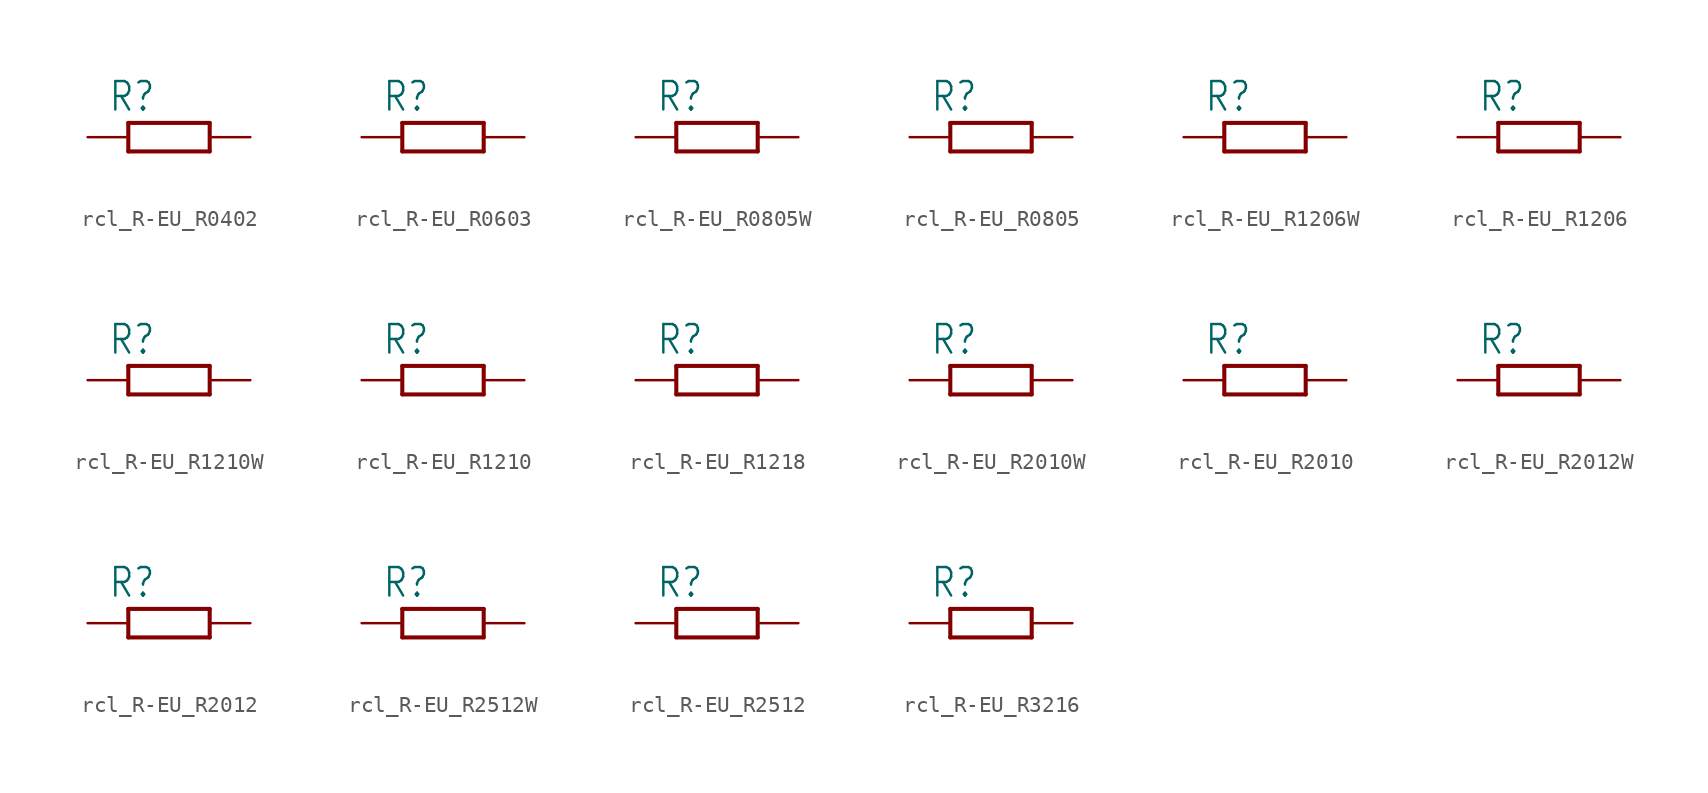
<source format=kicad_sym>
(kicad_symbol_lib
  (version 20231120)
  (generator "kicad_symbol_editor")
  (generator_version "8.0")
  (symbol "rcl_R-EU_R0402"
    (property "Reference" "R"
      (at -3.81 1.499 0)
      (effects (font (size 1.778 1.511)) (justify left bottom)))
    (property "Value" ""
      (at -3.81 -3.302 0)
      (effects (font (size 1.778 1.511)) (justify left bottom)))
    (property "ki_locked" ""
      (at 0 0 0)
      (effects (font (size 1.27 1.27))))
    (symbol "rcl_R-EU_R0402_1_0"
      (polyline (pts (xy -2.54 -0.889) (xy -2.54 0.889)) (stroke (width 0.254) (type solid)) (fill (type none)))
      (polyline (pts (xy -2.54 -0.889) (xy 2.54 -0.889)) (stroke (width 0.254) (type solid)) (fill (type none)))
      (polyline (pts (xy 2.54 -0.889) (xy 2.54 0.889)) (stroke (width 0.254) (type solid)) (fill (type none)))
      (polyline (pts (xy 2.54 0.889) (xy -2.54 0.889)) (stroke (width 0.254) (type solid)) (fill (type none)))
      (pin passive line (at -5.08 0 0) (length 2.54) (name "1" (effects (font (size 0 0)))) (number "1" (effects (font (size 0 0)))))
      (pin passive line (at 5.08 0 180) (length 2.54) (name "2" (effects (font (size 0 0)))) (number "2" (effects (font (size 0 0)))))))
  (symbol "rcl_R-EU_R0603"
    (property "Reference" "R"
      (at -3.81 1.499 0)
      (effects (font (size 1.778 1.511)) (justify left bottom)))
    (property "Value" ""
      (at -3.81 -3.302 0)
      (effects (font (size 1.778 1.511)) (justify left bottom)))
    (property "ki_locked" ""
      (at 0 0 0)
      (effects (font (size 1.27 1.27))))
    (symbol "rcl_R-EU_R0603_1_0"
      (polyline (pts (xy -2.54 -0.889) (xy -2.54 0.889)) (stroke (width 0.254) (type solid)) (fill (type none)))
      (polyline (pts (xy -2.54 -0.889) (xy 2.54 -0.889)) (stroke (width 0.254) (type solid)) (fill (type none)))
      (polyline (pts (xy 2.54 -0.889) (xy 2.54 0.889)) (stroke (width 0.254) (type solid)) (fill (type none)))
      (polyline (pts (xy 2.54 0.889) (xy -2.54 0.889)) (stroke (width 0.254) (type solid)) (fill (type none)))
      (pin passive line (at -5.08 0 0) (length 2.54) (name "1" (effects (font (size 0 0)))) (number "1" (effects (font (size 0 0)))))
      (pin passive line (at 5.08 0 180) (length 2.54) (name "2" (effects (font (size 0 0)))) (number "2" (effects (font (size 0 0)))))))
  (symbol "rcl_R-EU_R0805W"
    (property "Reference" "R"
      (at -3.81 1.499 0)
      (effects (font (size 1.778 1.511)) (justify left bottom)))
    (property "Value" ""
      (at -3.81 -3.302 0)
      (effects (font (size 1.778 1.511)) (justify left bottom)))
    (property "ki_locked" ""
      (at 0 0 0)
      (effects (font (size 1.27 1.27))))
    (symbol "rcl_R-EU_R0805W_1_0"
      (polyline (pts (xy -2.54 -0.889) (xy -2.54 0.889)) (stroke (width 0.254) (type solid)) (fill (type none)))
      (polyline (pts (xy -2.54 -0.889) (xy 2.54 -0.889)) (stroke (width 0.254) (type solid)) (fill (type none)))
      (polyline (pts (xy 2.54 -0.889) (xy 2.54 0.889)) (stroke (width 0.254) (type solid)) (fill (type none)))
      (polyline (pts (xy 2.54 0.889) (xy -2.54 0.889)) (stroke (width 0.254) (type solid)) (fill (type none)))
      (pin passive line (at -5.08 0 0) (length 2.54) (name "1" (effects (font (size 0 0)))) (number "1" (effects (font (size 0 0)))))
      (pin passive line (at 5.08 0 180) (length 2.54) (name "2" (effects (font (size 0 0)))) (number "2" (effects (font (size 0 0)))))))
  (symbol "rcl_R-EU_R0805"
    (property "Reference" "R"
      (at -3.81 1.499 0)
      (effects (font (size 1.778 1.511)) (justify left bottom)))
    (property "Value" ""
      (at -3.81 -3.302 0)
      (effects (font (size 1.778 1.511)) (justify left bottom)))
    (property "ki_locked" ""
      (at 0 0 0)
      (effects (font (size 1.27 1.27))))
    (symbol "rcl_R-EU_R0805_1_0"
      (polyline (pts (xy -2.54 -0.889) (xy -2.54 0.889)) (stroke (width 0.254) (type solid)) (fill (type none)))
      (polyline (pts (xy -2.54 -0.889) (xy 2.54 -0.889)) (stroke (width 0.254) (type solid)) (fill (type none)))
      (polyline (pts (xy 2.54 -0.889) (xy 2.54 0.889)) (stroke (width 0.254) (type solid)) (fill (type none)))
      (polyline (pts (xy 2.54 0.889) (xy -2.54 0.889)) (stroke (width 0.254) (type solid)) (fill (type none)))
      (pin passive line (at -5.08 0 0) (length 2.54) (name "1" (effects (font (size 0 0)))) (number "1" (effects (font (size 0 0)))))
      (pin passive line (at 5.08 0 180) (length 2.54) (name "2" (effects (font (size 0 0)))) (number "2" (effects (font (size 0 0)))))))
  (symbol "rcl_R-EU_R1206W"
    (property "Reference" "R"
      (at -3.81 1.499 0)
      (effects (font (size 1.778 1.511)) (justify left bottom)))
    (property "Value" ""
      (at -3.81 -3.302 0)
      (effects (font (size 1.778 1.511)) (justify left bottom)))
    (property "ki_locked" ""
      (at 0 0 0)
      (effects (font (size 1.27 1.27))))
    (symbol "rcl_R-EU_R1206W_1_0"
      (polyline (pts (xy -2.54 -0.889) (xy -2.54 0.889)) (stroke (width 0.254) (type solid)) (fill (type none)))
      (polyline (pts (xy -2.54 -0.889) (xy 2.54 -0.889)) (stroke (width 0.254) (type solid)) (fill (type none)))
      (polyline (pts (xy 2.54 -0.889) (xy 2.54 0.889)) (stroke (width 0.254) (type solid)) (fill (type none)))
      (polyline (pts (xy 2.54 0.889) (xy -2.54 0.889)) (stroke (width 0.254) (type solid)) (fill (type none)))
      (pin passive line (at -5.08 0 0) (length 2.54) (name "1" (effects (font (size 0 0)))) (number "1" (effects (font (size 0 0)))))
      (pin passive line (at 5.08 0 180) (length 2.54) (name "2" (effects (font (size 0 0)))) (number "2" (effects (font (size 0 0)))))))
  (symbol "rcl_R-EU_R1206"
    (property "Reference" "R"
      (at -3.81 1.499 0)
      (effects (font (size 1.778 1.511)) (justify left bottom)))
    (property "Value" ""
      (at -3.81 -3.302 0)
      (effects (font (size 1.778 1.511)) (justify left bottom)))
    (property "ki_locked" ""
      (at 0 0 0)
      (effects (font (size 1.27 1.27))))
    (symbol "rcl_R-EU_R1206_1_0"
      (polyline (pts (xy -2.54 -0.889) (xy -2.54 0.889)) (stroke (width 0.254) (type solid)) (fill (type none)))
      (polyline (pts (xy -2.54 -0.889) (xy 2.54 -0.889)) (stroke (width 0.254) (type solid)) (fill (type none)))
      (polyline (pts (xy 2.54 -0.889) (xy 2.54 0.889)) (stroke (width 0.254) (type solid)) (fill (type none)))
      (polyline (pts (xy 2.54 0.889) (xy -2.54 0.889)) (stroke (width 0.254) (type solid)) (fill (type none)))
      (pin passive line (at -5.08 0 0) (length 2.54) (name "1" (effects (font (size 0 0)))) (number "1" (effects (font (size 0 0)))))
      (pin passive line (at 5.08 0 180) (length 2.54) (name "2" (effects (font (size 0 0)))) (number "2" (effects (font (size 0 0)))))))
  (symbol "rcl_R-EU_R1210W"
    (property "Reference" "R"
      (at -3.81 1.499 0)
      (effects (font (size 1.778 1.511)) (justify left bottom)))
    (property "Value" ""
      (at -3.81 -3.302 0)
      (effects (font (size 1.778 1.511)) (justify left bottom)))
    (property "ki_locked" ""
      (at 0 0 0)
      (effects (font (size 1.27 1.27))))
    (symbol "rcl_R-EU_R1210W_1_0"
      (polyline (pts (xy -2.54 -0.889) (xy -2.54 0.889)) (stroke (width 0.254) (type solid)) (fill (type none)))
      (polyline (pts (xy -2.54 -0.889) (xy 2.54 -0.889)) (stroke (width 0.254) (type solid)) (fill (type none)))
      (polyline (pts (xy 2.54 -0.889) (xy 2.54 0.889)) (stroke (width 0.254) (type solid)) (fill (type none)))
      (polyline (pts (xy 2.54 0.889) (xy -2.54 0.889)) (stroke (width 0.254) (type solid)) (fill (type none)))
      (pin passive line (at -5.08 0 0) (length 2.54) (name "1" (effects (font (size 0 0)))) (number "1" (effects (font (size 0 0)))))
      (pin passive line (at 5.08 0 180) (length 2.54) (name "2" (effects (font (size 0 0)))) (number "2" (effects (font (size 0 0)))))))
  (symbol "rcl_R-EU_R1210"
    (property "Reference" "R"
      (at -3.81 1.499 0)
      (effects (font (size 1.778 1.511)) (justify left bottom)))
    (property "Value" ""
      (at -3.81 -3.302 0)
      (effects (font (size 1.778 1.511)) (justify left bottom)))
    (property "ki_locked" ""
      (at 0 0 0)
      (effects (font (size 1.27 1.27))))
    (symbol "rcl_R-EU_R1210_1_0"
      (polyline (pts (xy -2.54 -0.889) (xy -2.54 0.889)) (stroke (width 0.254) (type solid)) (fill (type none)))
      (polyline (pts (xy -2.54 -0.889) (xy 2.54 -0.889)) (stroke (width 0.254) (type solid)) (fill (type none)))
      (polyline (pts (xy 2.54 -0.889) (xy 2.54 0.889)) (stroke (width 0.254) (type solid)) (fill (type none)))
      (polyline (pts (xy 2.54 0.889) (xy -2.54 0.889)) (stroke (width 0.254) (type solid)) (fill (type none)))
      (pin passive line (at -5.08 0 0) (length 2.54) (name "1" (effects (font (size 0 0)))) (number "1" (effects (font (size 0 0)))))
      (pin passive line (at 5.08 0 180) (length 2.54) (name "2" (effects (font (size 0 0)))) (number "2" (effects (font (size 0 0)))))))
  (symbol "rcl_R-EU_R1218"
    (property "Reference" "R"
      (at -3.81 1.499 0)
      (effects (font (size 1.778 1.511)) (justify left bottom)))
    (property "Value" ""
      (at -3.81 -3.302 0)
      (effects (font (size 1.778 1.511)) (justify left bottom)))
    (property "ki_locked" ""
      (at 0 0 0)
      (effects (font (size 1.27 1.27))))
    (symbol "rcl_R-EU_R1218_1_0"
      (polyline (pts (xy -2.54 -0.889) (xy -2.54 0.889)) (stroke (width 0.254) (type solid)) (fill (type none)))
      (polyline (pts (xy -2.54 -0.889) (xy 2.54 -0.889)) (stroke (width 0.254) (type solid)) (fill (type none)))
      (polyline (pts (xy 2.54 -0.889) (xy 2.54 0.889)) (stroke (width 0.254) (type solid)) (fill (type none)))
      (polyline (pts (xy 2.54 0.889) (xy -2.54 0.889)) (stroke (width 0.254) (type solid)) (fill (type none)))
      (pin passive line (at -5.08 0 0) (length 2.54) (name "1" (effects (font (size 0 0)))) (number "1" (effects (font (size 0 0)))))
      (pin passive line (at 5.08 0 180) (length 2.54) (name "2" (effects (font (size 0 0)))) (number "2" (effects (font (size 0 0)))))))
  (symbol "rcl_R-EU_R2010W"
    (property "Reference" "R"
      (at -3.81 1.499 0)
      (effects (font (size 1.778 1.511)) (justify left bottom)))
    (property "Value" ""
      (at -3.81 -3.302 0)
      (effects (font (size 1.778 1.511)) (justify left bottom)))
    (property "ki_locked" ""
      (at 0 0 0)
      (effects (font (size 1.27 1.27))))
    (symbol "rcl_R-EU_R2010W_1_0"
      (polyline (pts (xy -2.54 -0.889) (xy -2.54 0.889)) (stroke (width 0.254) (type solid)) (fill (type none)))
      (polyline (pts (xy -2.54 -0.889) (xy 2.54 -0.889)) (stroke (width 0.254) (type solid)) (fill (type none)))
      (polyline (pts (xy 2.54 -0.889) (xy 2.54 0.889)) (stroke (width 0.254) (type solid)) (fill (type none)))
      (polyline (pts (xy 2.54 0.889) (xy -2.54 0.889)) (stroke (width 0.254) (type solid)) (fill (type none)))
      (pin passive line (at -5.08 0 0) (length 2.54) (name "1" (effects (font (size 0 0)))) (number "1" (effects (font (size 0 0)))))
      (pin passive line (at 5.08 0 180) (length 2.54) (name "2" (effects (font (size 0 0)))) (number "2" (effects (font (size 0 0)))))))
  (symbol "rcl_R-EU_R2010"
    (property "Reference" "R"
      (at -3.81 1.499 0)
      (effects (font (size 1.778 1.511)) (justify left bottom)))
    (property "Value" ""
      (at -3.81 -3.302 0)
      (effects (font (size 1.778 1.511)) (justify left bottom)))
    (property "ki_locked" ""
      (at 0 0 0)
      (effects (font (size 1.27 1.27))))
    (symbol "rcl_R-EU_R2010_1_0"
      (polyline (pts (xy -2.54 -0.889) (xy -2.54 0.889)) (stroke (width 0.254) (type solid)) (fill (type none)))
      (polyline (pts (xy -2.54 -0.889) (xy 2.54 -0.889)) (stroke (width 0.254) (type solid)) (fill (type none)))
      (polyline (pts (xy 2.54 -0.889) (xy 2.54 0.889)) (stroke (width 0.254) (type solid)) (fill (type none)))
      (polyline (pts (xy 2.54 0.889) (xy -2.54 0.889)) (stroke (width 0.254) (type solid)) (fill (type none)))
      (pin passive line (at -5.08 0 0) (length 2.54) (name "1" (effects (font (size 0 0)))) (number "1" (effects (font (size 0 0)))))
      (pin passive line (at 5.08 0 180) (length 2.54) (name "2" (effects (font (size 0 0)))) (number "2" (effects (font (size 0 0)))))))
  (symbol "rcl_R-EU_R2012W"
    (property "Reference" "R"
      (at -3.81 1.499 0)
      (effects (font (size 1.778 1.511)) (justify left bottom)))
    (property "Value" ""
      (at -3.81 -3.302 0)
      (effects (font (size 1.778 1.511)) (justify left bottom)))
    (property "ki_locked" ""
      (at 0 0 0)
      (effects (font (size 1.27 1.27))))
    (symbol "rcl_R-EU_R2012W_1_0"
      (polyline (pts (xy -2.54 -0.889) (xy -2.54 0.889)) (stroke (width 0.254) (type solid)) (fill (type none)))
      (polyline (pts (xy -2.54 -0.889) (xy 2.54 -0.889)) (stroke (width 0.254) (type solid)) (fill (type none)))
      (polyline (pts (xy 2.54 -0.889) (xy 2.54 0.889)) (stroke (width 0.254) (type solid)) (fill (type none)))
      (polyline (pts (xy 2.54 0.889) (xy -2.54 0.889)) (stroke (width 0.254) (type solid)) (fill (type none)))
      (pin passive line (at -5.08 0 0) (length 2.54) (name "1" (effects (font (size 0 0)))) (number "1" (effects (font (size 0 0)))))
      (pin passive line (at 5.08 0 180) (length 2.54) (name "2" (effects (font (size 0 0)))) (number "2" (effects (font (size 0 0)))))))
  (symbol "rcl_R-EU_R2012"
    (property "Reference" "R"
      (at -3.81 1.499 0)
      (effects (font (size 1.778 1.511)) (justify left bottom)))
    (property "Value" ""
      (at -3.81 -3.302 0)
      (effects (font (size 1.778 1.511)) (justify left bottom)))
    (property "ki_locked" ""
      (at 0 0 0)
      (effects (font (size 1.27 1.27))))
    (symbol "rcl_R-EU_R2012_1_0"
      (polyline (pts (xy -2.54 -0.889) (xy -2.54 0.889)) (stroke (width 0.254) (type solid)) (fill (type none)))
      (polyline (pts (xy -2.54 -0.889) (xy 2.54 -0.889)) (stroke (width 0.254) (type solid)) (fill (type none)))
      (polyline (pts (xy 2.54 -0.889) (xy 2.54 0.889)) (stroke (width 0.254) (type solid)) (fill (type none)))
      (polyline (pts (xy 2.54 0.889) (xy -2.54 0.889)) (stroke (width 0.254) (type solid)) (fill (type none)))
      (pin passive line (at -5.08 0 0) (length 2.54) (name "1" (effects (font (size 0 0)))) (number "1" (effects (font (size 0 0)))))
      (pin passive line (at 5.08 0 180) (length 2.54) (name "2" (effects (font (size 0 0)))) (number "2" (effects (font (size 0 0)))))))
  (symbol "rcl_R-EU_R2512W"
    (property "Reference" "R"
      (at -3.81 1.499 0)
      (effects (font (size 1.778 1.511)) (justify left bottom)))
    (property "Value" ""
      (at -3.81 -3.302 0)
      (effects (font (size 1.778 1.511)) (justify left bottom)))
    (property "ki_locked" ""
      (at 0 0 0)
      (effects (font (size 1.27 1.27))))
    (symbol "rcl_R-EU_R2512W_1_0"
      (polyline (pts (xy -2.54 -0.889) (xy -2.54 0.889)) (stroke (width 0.254) (type solid)) (fill (type none)))
      (polyline (pts (xy -2.54 -0.889) (xy 2.54 -0.889)) (stroke (width 0.254) (type solid)) (fill (type none)))
      (polyline (pts (xy 2.54 -0.889) (xy 2.54 0.889)) (stroke (width 0.254) (type solid)) (fill (type none)))
      (polyline (pts (xy 2.54 0.889) (xy -2.54 0.889)) (stroke (width 0.254) (type solid)) (fill (type none)))
      (pin passive line (at -5.08 0 0) (length 2.54) (name "1" (effects (font (size 0 0)))) (number "1" (effects (font (size 0 0)))))
      (pin passive line (at 5.08 0 180) (length 2.54) (name "2" (effects (font (size 0 0)))) (number "2" (effects (font (size 0 0)))))))
  (symbol "rcl_R-EU_R2512"
    (property "Reference" "R"
      (at -3.81 1.499 0)
      (effects (font (size 1.778 1.511)) (justify left bottom)))
    (property "Value" ""
      (at -3.81 -3.302 0)
      (effects (font (size 1.778 1.511)) (justify left bottom)))
    (property "ki_locked" ""
      (at 0 0 0)
      (effects (font (size 1.27 1.27))))
    (symbol "rcl_R-EU_R2512_1_0"
      (polyline (pts (xy -2.54 -0.889) (xy -2.54 0.889)) (stroke (width 0.254) (type solid)) (fill (type none)))
      (polyline (pts (xy -2.54 -0.889) (xy 2.54 -0.889)) (stroke (width 0.254) (type solid)) (fill (type none)))
      (polyline (pts (xy 2.54 -0.889) (xy 2.54 0.889)) (stroke (width 0.254) (type solid)) (fill (type none)))
      (polyline (pts (xy 2.54 0.889) (xy -2.54 0.889)) (stroke (width 0.254) (type solid)) (fill (type none)))
      (pin passive line (at -5.08 0 0) (length 2.54) (name "1" (effects (font (size 0 0)))) (number "1" (effects (font (size 0 0)))))
      (pin passive line (at 5.08 0 180) (length 2.54) (name "2" (effects (font (size 0 0)))) (number "2" (effects (font (size 0 0)))))))
  (symbol "rcl_R-EU_R3216"
    (property "Reference" "R"
      (at -3.81 1.499 0)
      (effects (font (size 1.778 1.511)) (justify left bottom)))
    (property "Value" ""
      (at -3.81 -3.302 0)
      (effects (font (size 1.778 1.511)) (justify left bottom)))
    (property "ki_locked" ""
      (at 0 0 0)
      (effects (font (size 1.27 1.27))))
    (symbol "rcl_R-EU_R3216_1_0"
      (polyline (pts (xy -2.54 -0.889) (xy -2.54 0.889)) (stroke (width 0.254) (type solid)) (fill (type none)))
      (polyline (pts (xy -2.54 -0.889) (xy 2.54 -0.889)) (stroke (width 0.254) (type solid)) (fill (type none)))
      (polyline (pts (xy 2.54 -0.889) (xy 2.54 0.889)) (stroke (width 0.254) (type solid)) (fill (type none)))
      (polyline (pts (xy 2.54 0.889) (xy -2.54 0.889)) (stroke (width 0.254) (type solid)) (fill (type none)))
      (pin passive line (at -5.08 0 0) (length 2.54) (name "1" (effects (font (size 0 0)))) (number "1" (effects (font (size 0 0)))))
      (pin passive line (at 5.08 0 180) (length 2.54) (name "2" (effects (font (size 0 0)))) (number "2" (effects (font (size 0 0))))))))
</source>
